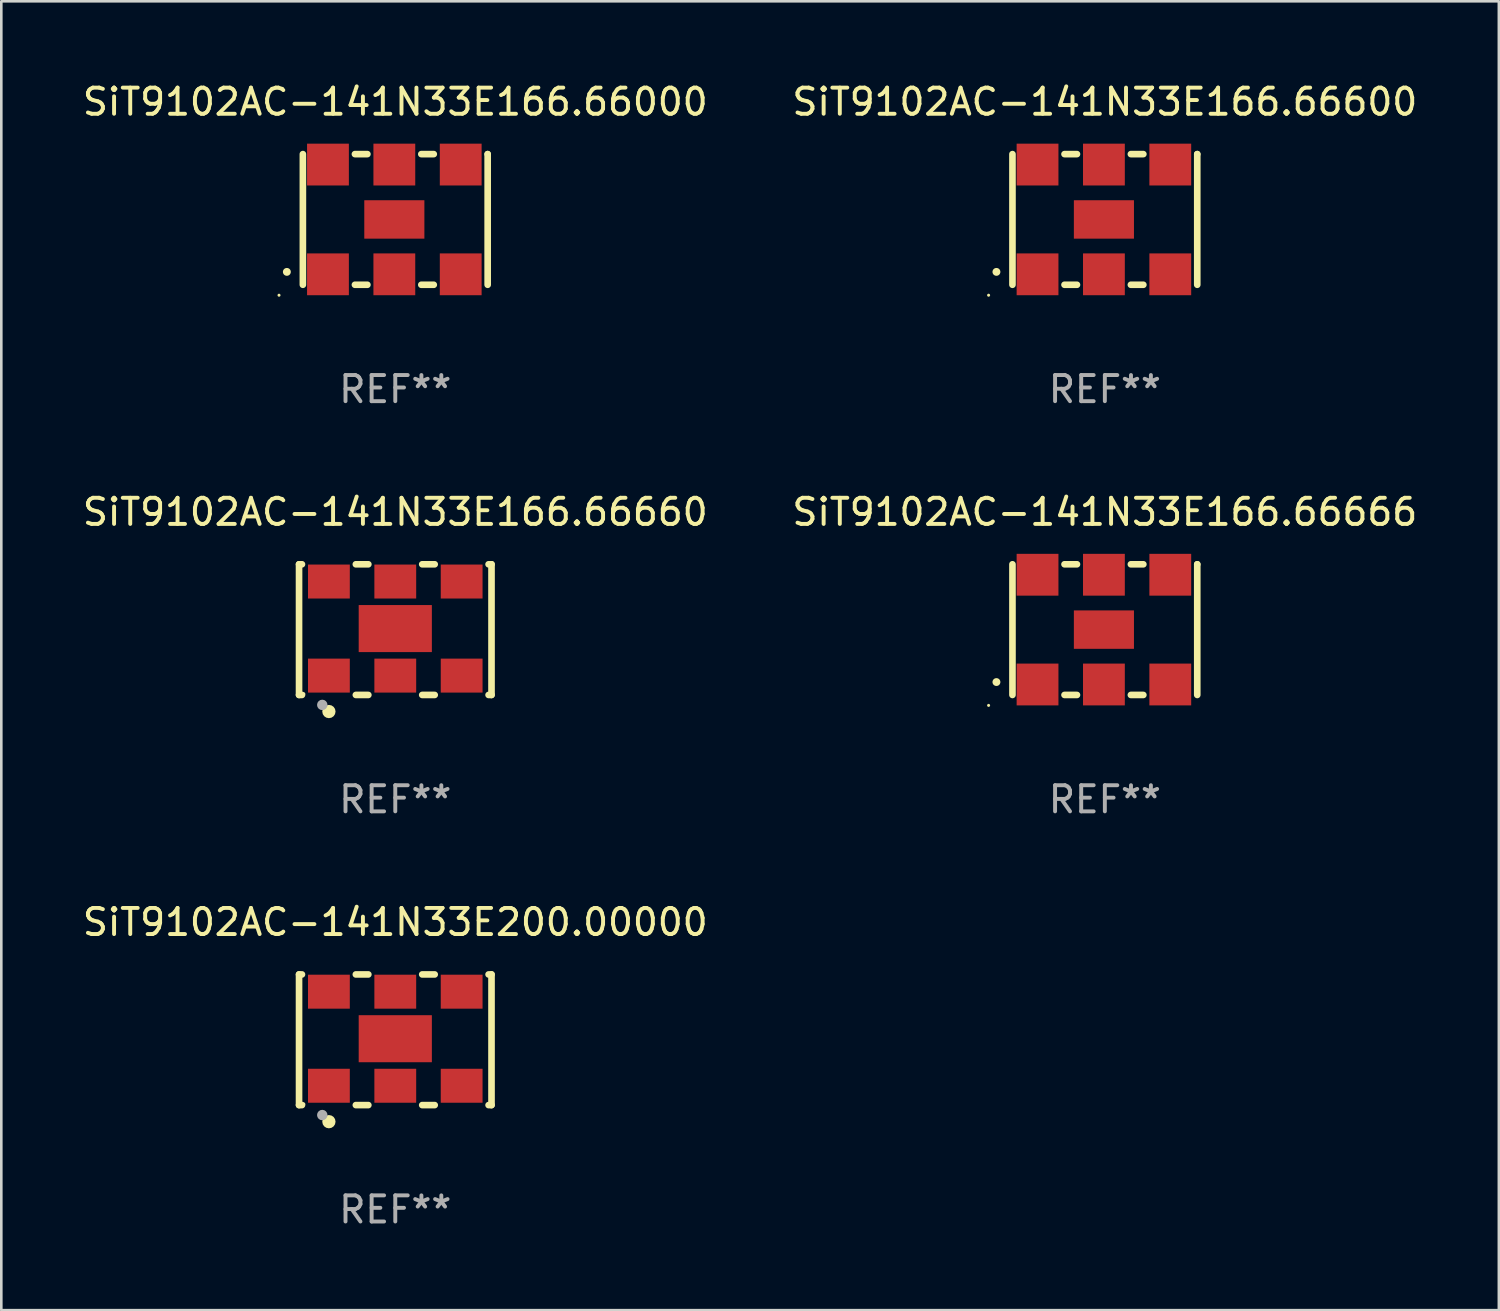
<source format=kicad_pcb>
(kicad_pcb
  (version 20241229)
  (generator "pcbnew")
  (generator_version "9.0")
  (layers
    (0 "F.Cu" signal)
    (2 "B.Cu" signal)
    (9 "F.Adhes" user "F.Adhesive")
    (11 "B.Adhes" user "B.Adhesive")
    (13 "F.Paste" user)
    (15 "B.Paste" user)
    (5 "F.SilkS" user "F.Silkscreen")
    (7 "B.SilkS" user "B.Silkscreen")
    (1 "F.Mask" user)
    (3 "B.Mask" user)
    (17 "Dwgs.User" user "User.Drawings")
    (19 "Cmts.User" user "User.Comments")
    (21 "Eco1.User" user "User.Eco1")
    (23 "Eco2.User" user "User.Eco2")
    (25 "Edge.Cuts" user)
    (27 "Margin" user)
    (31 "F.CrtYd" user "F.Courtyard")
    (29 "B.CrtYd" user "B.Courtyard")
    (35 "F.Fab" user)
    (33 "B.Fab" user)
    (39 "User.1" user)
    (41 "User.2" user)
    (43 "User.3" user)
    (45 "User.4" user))
  (footprint "SiT9102AC-141N33E166.66666"
    (layer "F.Cu")
    (at 39.232 21.045)
    (property "Reference" "SiT9102AC-141N33E166.66666" (at 0 -4.5 0) (layer "F.SilkS") (effects (font (size 1 1) (thickness 0.15))))
    (attr through_hole)
    (fp_line (start -3.536 -2.5) (end -3.536 2.5) (stroke (width 0.254) (type solid)) (layer "F.SilkS"))
    (fp_line (start -1.544 2.5) (end -1.067 2.5) (stroke (width 0.254) (type solid)) (layer "F.SilkS"))
    (fp_line (start -1.067 -2.5) (end -1.544 -2.5) (stroke (width 0.254) (type solid)) (layer "F.SilkS"))
    (fp_line (start 0.996 2.5) (end 1.473 2.5) (stroke (width 0.254) (type solid)) (layer "F.SilkS"))
    (fp_line (start 1.473 -2.5) (end 0.996 -2.5) (stroke (width 0.254) (type solid)) (layer "F.SilkS"))
    (fp_line (start 3.536 -2.5) (end 3.536 -2.5) (stroke (width 0.254) (type solid)) (layer "F.SilkS"))
    (fp_line (start 3.536 2.5) (end 3.536 -2.5) (stroke (width 0.254) (type solid)) (layer "F.SilkS"))
    (fp_arc (start -4.150432 2.006604) (mid -4.149162 2.006599) (end -4.147892 2.006604) (stroke (width 0.3) (type solid)) (layer "F.SilkS"))
    (fp_circle (center -4.449 2.9) (end -4.419 2.9) (stroke (width 0.06) (type solid)) (fill no) (layer "F.SilkS"))
    (fp_text user "REF**" (at 0 6.5 0) (layer "F.Fab") (effects (font (size 1 1) (thickness 0.15))))
    (pad "1" smd rect (at -2.576 2.1) (size 1.6 1.6) (layers "F.Cu" "F.Mask" "F.Paste"))
    (pad "2" smd rect (at -0.036 2.1) (size 1.6 1.6) (layers "F.Cu" "F.Mask" "F.Paste"))
    (pad "3" smd rect (at 2.504 2.1) (size 1.6 1.6) (layers "F.Cu" "F.Mask" "F.Paste"))
    (pad "4" smd rect (at 2.504 -2.1) (size 1.6 1.6) (layers "F.Cu" "F.Mask" "F.Paste"))
    (pad "5" smd rect (at -0.036 -2.1) (size 1.6 1.6) (layers "F.Cu" "F.Mask" "F.Paste"))
    (pad "6" smd rect (at -2.576 -2.1) (size 1.6 1.6) (layers "F.Cu" "F.Mask" "F.Paste"))
    (pad "7" smd rect (at -0.036 0) (size 2.3 1.47) (layers "F.Cu" "F.Mask" "F.Paste")))
  (footprint "SiT9102AC-141N33E166.66600"
    (layer "F.Cu")
    (at 39.232 5.348)
    (property "Reference" "SiT9102AC-141N33E166.66600" (at 0 -4.5 0) (layer "F.SilkS") (effects (font (size 1 1) (thickness 0.15))))
    (attr through_hole)
    (fp_line (start -3.536 -2.5) (end -3.536 2.5) (stroke (width 0.254) (type solid)) (layer "F.SilkS"))
    (fp_line (start -1.544 2.5) (end -1.067 2.5) (stroke (width 0.254) (type solid)) (layer "F.SilkS"))
    (fp_line (start -1.067 -2.5) (end -1.544 -2.5) (stroke (width 0.254) (type solid)) (layer "F.SilkS"))
    (fp_line (start 0.996 2.5) (end 1.473 2.5) (stroke (width 0.254) (type solid)) (layer "F.SilkS"))
    (fp_line (start 1.473 -2.5) (end 0.996 -2.5) (stroke (width 0.254) (type solid)) (layer "F.SilkS"))
    (fp_line (start 3.536 -2.5) (end 3.536 -2.5) (stroke (width 0.254) (type solid)) (layer "F.SilkS"))
    (fp_line (start 3.536 2.5) (end 3.536 -2.5) (stroke (width 0.254) (type solid)) (layer "F.SilkS"))
    (fp_arc (start -4.150432 2.006604) (mid -4.149162 2.006599) (end -4.147892 2.006604) (stroke (width 0.3) (type solid)) (layer "F.SilkS"))
    (fp_circle (center -4.449 2.9) (end -4.419 2.9) (stroke (width 0.06) (type solid)) (fill no) (layer "F.SilkS"))
    (fp_text user "REF**" (at 0 6.5 0) (layer "F.Fab") (effects (font (size 1 1) (thickness 0.15))))
    (pad "1" smd rect (at -2.576 2.1) (size 1.6 1.6) (layers "F.Cu" "F.Mask" "F.Paste"))
    (pad "2" smd rect (at -0.036 2.1) (size 1.6 1.6) (layers "F.Cu" "F.Mask" "F.Paste"))
    (pad "3" smd rect (at 2.504 2.1) (size 1.6 1.6) (layers "F.Cu" "F.Mask" "F.Paste"))
    (pad "4" smd rect (at 2.504 -2.1) (size 1.6 1.6) (layers "F.Cu" "F.Mask" "F.Paste"))
    (pad "5" smd rect (at -0.036 -2.1) (size 1.6 1.6) (layers "F.Cu" "F.Mask" "F.Paste"))
    (pad "6" smd rect (at -2.576 -2.1) (size 1.6 1.6) (layers "F.Cu" "F.Mask" "F.Paste"))
    (pad "7" smd rect (at -0.036 0) (size 2.3 1.47) (layers "F.Cu" "F.Mask" "F.Paste")))
  (footprint "SiT9102AC-141N33E200.00000"
    (layer "F.Cu")
    (at 12.077 36.741)
    (property "Reference" "SiT9102AC-141N33E200.00000" (at 0 -4.5 0) (layer "F.SilkS") (effects (font (size 1 1) (thickness 0.15))))
    (attr through_hole)
    (fp_line (start -3.683 -2.5) (end -3.571 -2.5) (stroke (width 0.254) (type solid)) (layer "F.SilkS"))
    (fp_line (start -3.683 2.5) (end -3.683 -2.5) (stroke (width 0.254) (type solid)) (layer "F.SilkS"))
    (fp_line (start -3.683 2.5) (end -3.571 2.5) (stroke (width 0.254) (type solid)) (layer "F.SilkS"))
    (fp_line (start -1.509 -2.5) (end -1.031 -2.5) (stroke (width 0.254) (type solid)) (layer "F.SilkS"))
    (fp_line (start -1.509 2.5) (end -1.031 2.5) (stroke (width 0.254) (type solid)) (layer "F.SilkS"))
    (fp_line (start 1.031 -2.5) (end 1.509 -2.5) (stroke (width 0.254) (type solid)) (layer "F.SilkS"))
    (fp_line (start 1.031 2.5) (end 1.509 2.5) (stroke (width 0.254) (type solid)) (layer "F.SilkS"))
    (fp_line (start 3.571 -2.5) (end 3.683 -2.5) (stroke (width 0.254) (type solid)) (layer "F.SilkS"))
    (fp_line (start 3.571 2.5) (end 3.683 2.5) (stroke (width 0.254) (type solid)) (layer "F.SilkS"))
    (fp_line (start 3.683 2.5) (end 3.683 -2.5) (stroke (width 0.254) (type solid)) (layer "F.SilkS"))
    (fp_circle (center -3.5 2.46) (end -3.47 2.46) (stroke (width 0.06) (type solid)) (fill no) (layer "F.SilkS"))
    (fp_circle (center -2.54 3.135) (end -2.413 3.135) (stroke (width 0.254) (type solid)) (fill no) (layer "F.SilkS"))
    (fp_circle (center -2.794 2.881) (end -2.694 2.881) (stroke (width 0.2) (type solid)) (fill no) (layer "F.Fab"))
    (fp_text user "REF**" (at 0 6.5 0) (layer "F.Fab") (effects (font (size 1 1) (thickness 0.15))))
    (pad "1" smd rect (at -2.54 1.76) (size 1.6 1.3) (layers "F.Cu" "F.Mask" "F.Paste"))
    (pad "2" smd rect (at 0 1.76) (size 1.6 1.3) (layers "F.Cu" "F.Mask" "F.Paste"))
    (pad "3" smd rect (at 2.54 1.76) (size 1.6 1.3) (layers "F.Cu" "F.Mask" "F.Paste"))
    (pad "4" smd rect (at 2.54 -1.84) (size 1.6 1.3) (layers "F.Cu" "F.Mask" "F.Paste"))
    (pad "5" smd rect (at 0 -1.84) (size 1.6 1.3) (layers "F.Cu" "F.Mask" "F.Paste"))
    (pad "6" smd rect (at -2.54 -1.84) (size 1.6 1.3) (layers "F.Cu" "F.Mask" "F.Paste"))
    (pad "7" smd rect (at 0 -0.04) (size 2.8 1.8) (layers "F.Cu" "F.Mask" "F.Paste")))
  (footprint "SiT9102AC-141N33E166.66660"
    (layer "F.Cu")
    (at 12.077 21.045)
    (property "Reference" "SiT9102AC-141N33E166.66660" (at 0 -4.5 0) (layer "F.SilkS") (effects (font (size 1 1) (thickness 0.15))))
    (attr through_hole)
    (fp_line (start -3.683 -2.5) (end -3.571 -2.5) (stroke (width 0.254) (type solid)) (layer "F.SilkS"))
    (fp_line (start -3.683 2.5) (end -3.683 -2.5) (stroke (width 0.254) (type solid)) (layer "F.SilkS"))
    (fp_line (start -3.683 2.5) (end -3.571 2.5) (stroke (width 0.254) (type solid)) (layer "F.SilkS"))
    (fp_line (start -1.509 -2.5) (end -1.031 -2.5) (stroke (width 0.254) (type solid)) (layer "F.SilkS"))
    (fp_line (start -1.509 2.5) (end -1.031 2.5) (stroke (width 0.254) (type solid)) (layer "F.SilkS"))
    (fp_line (start 1.031 -2.5) (end 1.509 -2.5) (stroke (width 0.254) (type solid)) (layer "F.SilkS"))
    (fp_line (start 1.031 2.5) (end 1.509 2.5) (stroke (width 0.254) (type solid)) (layer "F.SilkS"))
    (fp_line (start 3.571 -2.5) (end 3.683 -2.5) (stroke (width 0.254) (type solid)) (layer "F.SilkS"))
    (fp_line (start 3.571 2.5) (end 3.683 2.5) (stroke (width 0.254) (type solid)) (layer "F.SilkS"))
    (fp_line (start 3.683 2.5) (end 3.683 -2.5) (stroke (width 0.254) (type solid)) (layer "F.SilkS"))
    (fp_circle (center -3.5 2.46) (end -3.47 2.46) (stroke (width 0.06) (type solid)) (fill no) (layer "F.SilkS"))
    (fp_circle (center -2.54 3.135) (end -2.413 3.135) (stroke (width 0.254) (type solid)) (fill no) (layer "F.SilkS"))
    (fp_circle (center -2.794 2.881) (end -2.694 2.881) (stroke (width 0.2) (type solid)) (fill no) (layer "F.Fab"))
    (fp_text user "REF**" (at 0 6.5 0) (layer "F.Fab") (effects (font (size 1 1) (thickness 0.15))))
    (pad "1" smd rect (at -2.54 1.76) (size 1.6 1.3) (layers "F.Cu" "F.Mask" "F.Paste"))
    (pad "2" smd rect (at 0 1.76) (size 1.6 1.3) (layers "F.Cu" "F.Mask" "F.Paste"))
    (pad "3" smd rect (at 2.54 1.76) (size 1.6 1.3) (layers "F.Cu" "F.Mask" "F.Paste"))
    (pad "4" smd rect (at 2.54 -1.84) (size 1.6 1.3) (layers "F.Cu" "F.Mask" "F.Paste"))
    (pad "5" smd rect (at 0 -1.84) (size 1.6 1.3) (layers "F.Cu" "F.Mask" "F.Paste"))
    (pad "6" smd rect (at -2.54 -1.84) (size 1.6 1.3) (layers "F.Cu" "F.Mask" "F.Paste"))
    (pad "7" smd rect (at 0 -0.04) (size 2.8 1.8) (layers "F.Cu" "F.Mask" "F.Paste")))
  (footprint "SiT9102AC-141N33E166.66000"
    (layer "F.Cu")
    (at 12.077 5.348)
    (property "Reference" "SiT9102AC-141N33E166.66000" (at 0 -4.5 0) (layer "F.SilkS") (effects (font (size 1 1) (thickness 0.15))))
    (attr through_hole)
    (fp_line (start -3.536 -2.5) (end -3.536 2.5) (stroke (width 0.254) (type solid)) (layer "F.SilkS"))
    (fp_line (start -1.544 2.5) (end -1.067 2.5) (stroke (width 0.254) (type solid)) (layer "F.SilkS"))
    (fp_line (start -1.067 -2.5) (end -1.544 -2.5) (stroke (width 0.254) (type solid)) (layer "F.SilkS"))
    (fp_line (start 0.996 2.5) (end 1.473 2.5) (stroke (width 0.254) (type solid)) (layer "F.SilkS"))
    (fp_line (start 1.473 -2.5) (end 0.996 -2.5) (stroke (width 0.254) (type solid)) (layer "F.SilkS"))
    (fp_line (start 3.536 -2.5) (end 3.536 -2.5) (stroke (width 0.254) (type solid)) (layer "F.SilkS"))
    (fp_line (start 3.536 2.5) (end 3.536 -2.5) (stroke (width 0.254) (type solid)) (layer "F.SilkS"))
    (fp_arc (start -4.150432 2.006604) (mid -4.149162 2.006599) (end -4.147892 2.006604) (stroke (width 0.3) (type solid)) (layer "F.SilkS"))
    (fp_circle (center -4.449 2.9) (end -4.419 2.9) (stroke (width 0.06) (type solid)) (fill no) (layer "F.SilkS"))
    (fp_text user "REF**" (at 0 6.5 0) (layer "F.Fab") (effects (font (size 1 1) (thickness 0.15))))
    (pad "1" smd rect (at -2.576 2.1) (size 1.6 1.6) (layers "F.Cu" "F.Mask" "F.Paste"))
    (pad "2" smd rect (at -0.036 2.1) (size 1.6 1.6) (layers "F.Cu" "F.Mask" "F.Paste"))
    (pad "3" smd rect (at 2.504 2.1) (size 1.6 1.6) (layers "F.Cu" "F.Mask" "F.Paste"))
    (pad "4" smd rect (at 2.504 -2.1) (size 1.6 1.6) (layers "F.Cu" "F.Mask" "F.Paste"))
    (pad "5" smd rect (at -0.036 -2.1) (size 1.6 1.6) (layers "F.Cu" "F.Mask" "F.Paste"))
    (pad "6" smd rect (at -2.576 -2.1) (size 1.6 1.6) (layers "F.Cu" "F.Mask" "F.Paste"))
    (pad "7" smd rect (at -0.036 0) (size 2.3 1.47) (layers "F.Cu" "F.Mask" "F.Paste")))
  (gr_rect
    (start -3 -3)
    (end 54.31 47.09)
    (stroke (width 0.1) (type default))
    (fill no)
    (layer "Edge.Cuts")))
</source>
